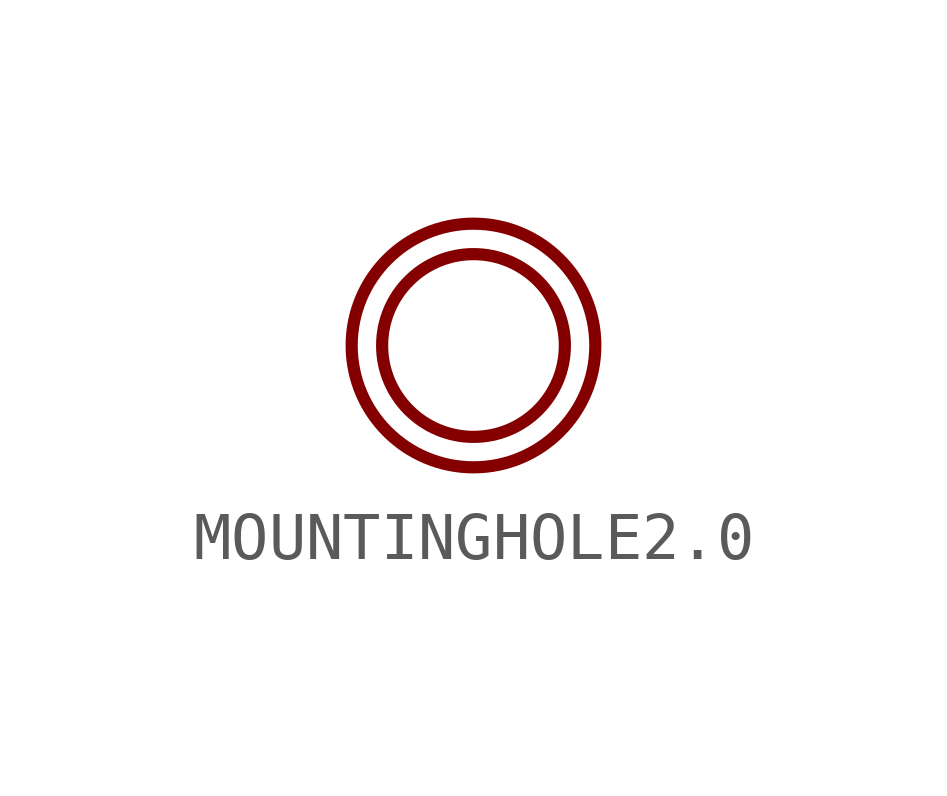
<source format=kicad_sym>
(kicad_symbol_lib
  (version 20211014)
  (generator kicad_symbol_editor)
  (symbol "MOUNTINGHOLE2.0"
    (property "Reference" ""
      (at 0 0 0)
      (effects (font (size 1.27 1.27)) hide))
    (property "ki_locked" ""
      (at 0 0 0)
      (effects (font (size 1.27 1.27))))
    (symbol "MOUNTINGHOLE2.0_1_0"
      (circle (center 0 0) (radius 1.905) (stroke (width 0.254) (type default) (color 0 0 0 0)) (fill (type none)))
      (circle (center 0 0) (radius 2.54) (stroke (width 0.254) (type default) (color 0 0 0 0)) (fill (type none))))))
</source>
